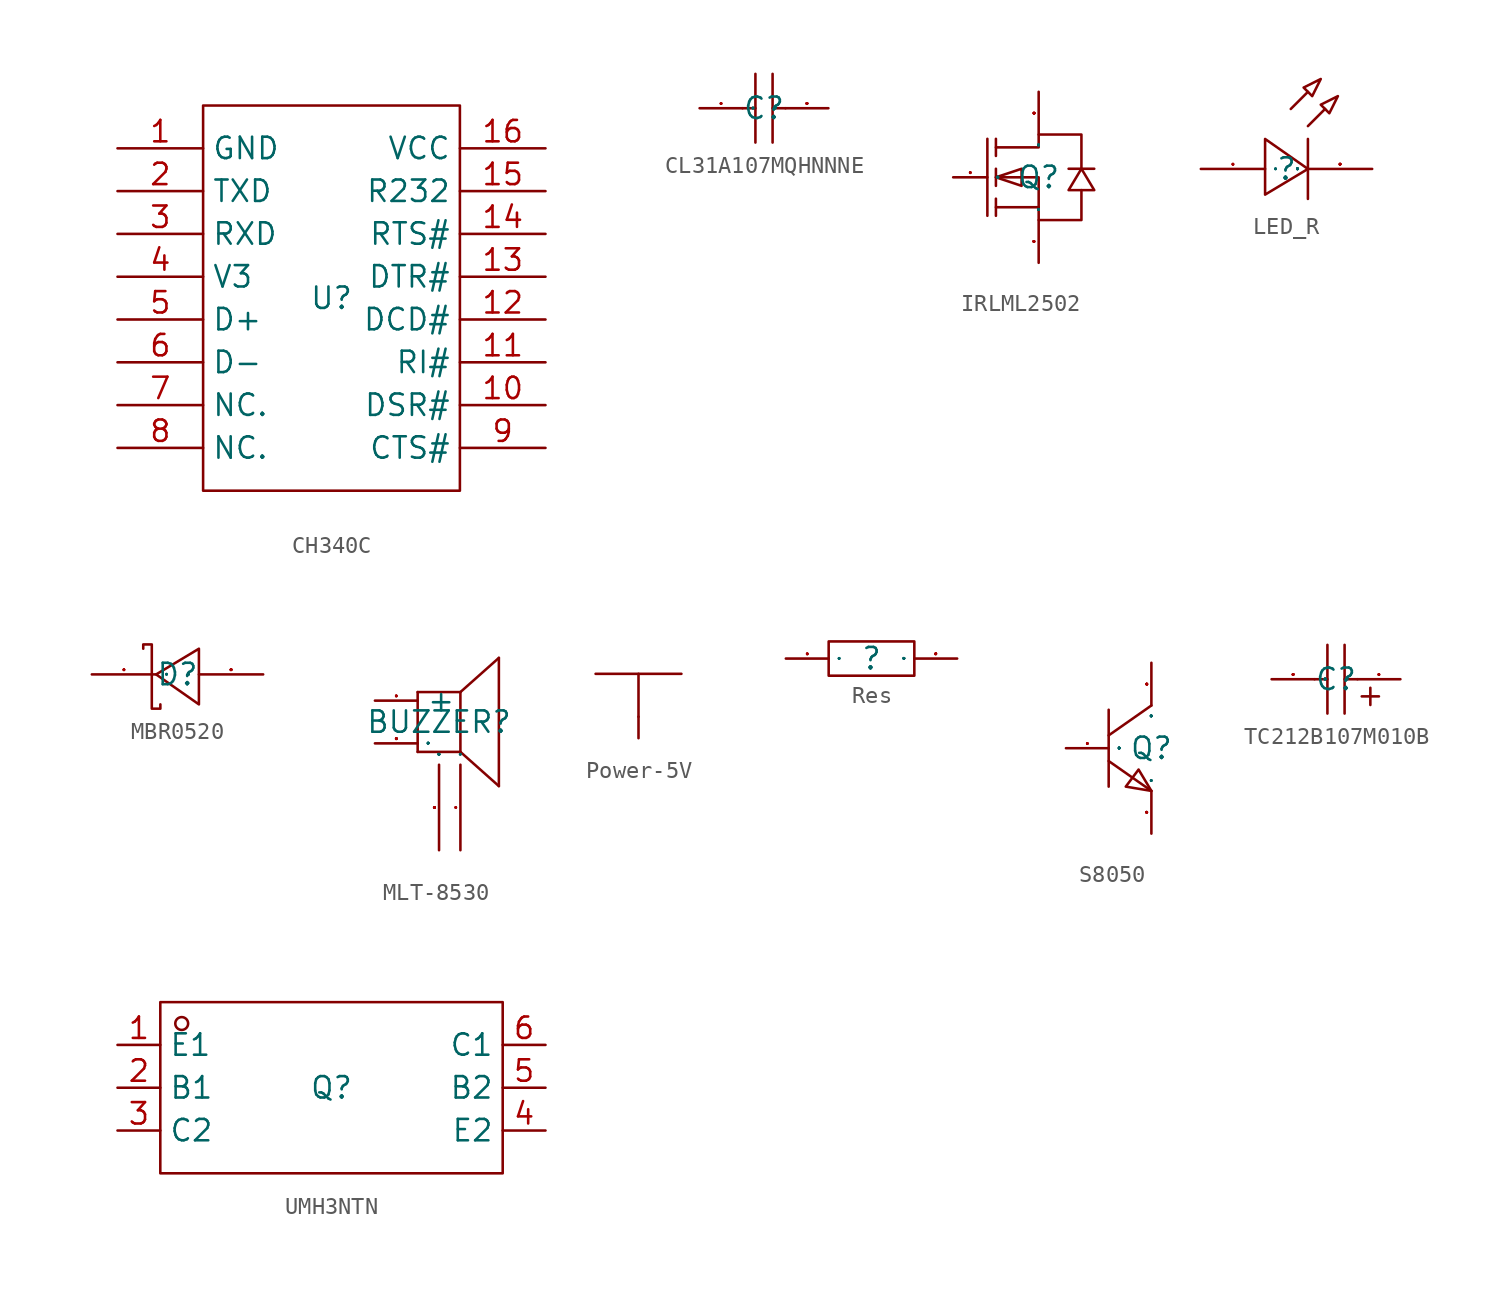
<source format=kicad_sym>
(kicad_symbol_lib
  (version 20241209)
  (generator "kicad_symbol_editor")
  (generator_version "9.0")
  (symbol "CH340C"
    (property "Reference" "U"
      (at 0 0 0)
      (effects (font (size 1.27 1.27))))
    (property "Value" ""
      (at 0 0 0)
      (effects (font (size 1.27 1.27))))
    (symbol "CH340C_1_0"
      (rectangle (start -7.62 -11.43) (end 7.62 11.43) (stroke (width 0) (type default)) (fill (type none)))
      (pin input line (at -12.7 8.89 0) (length 5.08) (name "GND" (effects (font (size 1.27 1.27)))) (number "1" (effects (font (size 1.27 1.27)))))
      (pin input line (at -12.7 6.35 0) (length 5.08) (name "TXD" (effects (font (size 1.27 1.27)))) (number "2" (effects (font (size 1.27 1.27)))))
      (pin input line (at -12.7 3.81 0) (length 5.08) (name "RXD" (effects (font (size 1.27 1.27)))) (number "3" (effects (font (size 1.27 1.27)))))
      (pin input line (at -12.7 1.27 0) (length 5.08) (name "V3" (effects (font (size 1.27 1.27)))) (number "4" (effects (font (size 1.27 1.27)))))
      (pin input line (at -12.7 -1.27 0) (length 5.08) (name "D+" (effects (font (size 1.27 1.27)))) (number "5" (effects (font (size 1.27 1.27)))))
      (pin input line (at -12.7 -3.81 0) (length 5.08) (name "D-" (effects (font (size 1.27 1.27)))) (number "6" (effects (font (size 1.27 1.27)))))
      (pin input line (at -12.7 -6.35 0) (length 5.08) (name "NC." (effects (font (size 1.27 1.27)))) (number "7" (effects (font (size 1.27 1.27)))))
      (pin input line (at -12.7 -8.89 0) (length 5.08) (name "NC." (effects (font (size 1.27 1.27)))) (number "8" (effects (font (size 1.27 1.27)))))
      (pin input line (at 12.7 8.89 180) (length 5.08) (name "VCC" (effects (font (size 1.27 1.27)))) (number "16" (effects (font (size 1.27 1.27)))))
      (pin input line (at 12.7 6.35 180) (length 5.08) (name "R232" (effects (font (size 1.27 1.27)))) (number "15" (effects (font (size 1.27 1.27)))))
      (pin input line (at 12.7 3.81 180) (length 5.08) (name "RTS#" (effects (font (size 1.27 1.27)))) (number "14" (effects (font (size 1.27 1.27)))))
      (pin input line (at 12.7 1.27 180) (length 5.08) (name "DTR#" (effects (font (size 1.27 1.27)))) (number "13" (effects (font (size 1.27 1.27)))))
      (pin input line (at 12.7 -1.27 180) (length 5.08) (name "DCD#" (effects (font (size 1.27 1.27)))) (number "12" (effects (font (size 1.27 1.27)))))
      (pin input line (at 12.7 -3.81 180) (length 5.08) (name "RI#" (effects (font (size 1.27 1.27)))) (number "11" (effects (font (size 1.27 1.27)))))
      (pin input line (at 12.7 -6.35 180) (length 5.08) (name "DSR#" (effects (font (size 1.27 1.27)))) (number "10" (effects (font (size 1.27 1.27)))))
      (pin input line (at 12.7 -8.89 180) (length 5.08) (name "CTS#" (effects (font (size 1.27 1.27)))) (number "9" (effects (font (size 1.27 1.27)))))))
  (symbol "CL31A107MQHNNNE"
    (property "Reference" "C"
      (at 0 0 0)
      (effects (font (size 1.27 1.27))))
    (symbol "CL31A107MQHNNNE_1_0"
      (polyline (pts (xy -1.27 0) (xy -0.508 0)) (stroke (width 0) (type default)) (fill (type none)))
      (polyline (pts (xy -0.508 2.032) (xy -0.508 -2.032)) (stroke (width 0) (type default)) (fill (type none)))
      (polyline (pts (xy 0.508 2.032) (xy 0.508 -2.032)) (stroke (width 0) (type default)) (fill (type none)))
      (polyline (pts (xy 0.508 0) (xy 1.27 0)) (stroke (width 0) (type default)) (fill (type none)))
      (pin input line (at -3.81 0 0) (length 2.54) (name "1" (effects (font (size 0.025 0.025)))) (number "1" (effects (font (size 0.025 0.025)))))
      (pin input line (at 3.81 0 180) (length 2.54) (name "2" (effects (font (size 0.025 0.025)))) (number "2" (effects (font (size 0.025 0.025)))))))
  (symbol "IRLML2502"
    (property "Reference" "Q"
      (at 0 0 0)
      (effects (font (size 1.27 1.27))))
    (property "Value" ""
      (at 0 0 0)
      (effects (font (size 1.27 1.27))))
    (symbol "IRLML2502_1_0"
      (polyline (pts (xy -3.048 2.286) (xy -3.048 -2.286)) (stroke (width 0) (type default)) (fill (type none)))
      (polyline (pts (xy -2.54 2.286) (xy -2.54 1.27)) (stroke (width 0) (type default)) (fill (type none)))
      (polyline (pts (xy -2.54 1.778) (xy 0 1.778) (xy 0 1.778) (xy 0 2.54) (xy 0 2.54) (xy 2.54 2.54) (xy 2.54 2.54) (xy 2.54 0.508)) (stroke (width 0) (type default)) (fill (type none)))
      (polyline (pts (xy -2.54 0) (xy -1.016 -0.508) (xy -1.016 -0.508) (xy -1.016 0.508) (xy -1.016 0.508) (xy -2.54 0)) (stroke (width 0) (type default)) (fill (type none)))
      (polyline (pts (xy -2.54 0) (xy 0 0) (xy 0 0) (xy 0 -2.54) (xy 0 -2.54) (xy 2.54 -2.54) (xy 2.54 -2.54) (xy 2.54 -0.762)) (stroke (width 0) (type default)) (fill (type none)))
      (polyline (pts (xy -2.54 -0.508) (xy -2.54 0.508)) (stroke (width 0) (type default)) (fill (type none)))
      (polyline (pts (xy -2.54 -2.286) (xy -2.54 -1.27)) (stroke (width 0) (type default)) (fill (type none)))
      (polyline (pts (xy 0 -1.778) (xy -2.54 -1.778)) (stroke (width 0) (type default)) (fill (type none)))
      (polyline (pts (xy 2.54 0.508) (xy 1.778 -0.762) (xy 1.778 -0.762) (xy 3.302 -0.762) (xy 3.302 -0.762) (xy 2.54 0.508)) (stroke (width 0) (type default)) (fill (type none)))
      (polyline (pts (xy 3.302 0.508) (xy 3.048 0.508) (xy 3.048 0.508) (xy 2.032 0.508) (xy 2.032 0.508) (xy 1.778 0.508)) (stroke (width 0) (type default)) (fill (type none)))
      (pin input line (at -5.08 0 0) (length 2.032) (name "G" (effects (font (size 0.025 0.025)))) (number "1" (effects (font (size 0.025 0.025)))))
      (pin input line (at 0 5.08 270) (length 2.54) (name "D" (effects (font (size 0.025 0.025)))) (number "3" (effects (font (size 0.025 0.025)))))
      (pin input line (at 0 -5.08 90) (length 2.54) (name "S" (effects (font (size 0.025 0.025)))) (number "2" (effects (font (size 0.025 0.025)))))))
  (symbol "LED_R"
    (property "Reference" ""
      (at 0 0 0)
      (effects (font (size 1.27 1.27))))
    (property "Value" ""
      (at 0 0 0)
      (effects (font (size 1.27 1.27))))
    (symbol "LED_R_1_0"
      (polyline (pts (xy -1.27 -1.524) (xy 1.27 0) (xy -1.27 1.778) (xy -1.27 -1.524)) (stroke (width 0) (type default)) (fill (type none)))
      (polyline (pts (xy 0.254 3.556) (xy 1.27 4.572)) (stroke (width 0) (type default)) (fill (type none)))
      (polyline (pts (xy 1.27 2.54) (xy 2.286 3.556)) (stroke (width 0) (type default)) (fill (type none)))
      (polyline (pts (xy 1.27 -1.778) (xy 1.27 1.778)) (stroke (width 0) (type default)) (fill (type none)))
      (polyline (pts (xy 2.032 5.334) (xy 1.016 4.826) (xy 1.524 4.318) (xy 2.032 5.334)) (stroke (width 0) (type default)) (fill (type none)))
      (polyline (pts (xy 3.048 4.318) (xy 2.032 3.81) (xy 2.54 3.302) (xy 3.048 4.318)) (stroke (width 0) (type default)) (fill (type none)))
      (pin input line (at -5.08 0 0) (length 3.81) (name "A" (effects (font (size 0.025 0.025)))) (number "1" (effects (font (size 0.025 0.025)))))
      (pin input line (at 5.08 0 180) (length 3.81) (name "C" (effects (font (size 0.025 0.025)))) (number "2" (effects (font (size 0.025 0.025)))))))
  (symbol "MBR0520"
    (property "Reference" "D"
      (at 0 0 0)
      (effects (font (size 1.27 1.27))))
    (property "Value" ""
      (at 0 0 0)
      (effects (font (size 1.27 1.27))))
    (symbol "MBR0520_1_0"
      (polyline (pts (xy -2.032 1.524) (xy -2.032 1.778) (xy -2.032 1.778) (xy -1.524 1.778) (xy -1.524 1.778) (xy -1.524 -2.032) (xy -1.524 -2.032) (xy -1.016 -2.032) (xy -1.016 -2.032) (xy -1.016 -1.778)) (stroke (width 0) (type default)) (fill (type none)))
      (polyline (pts (xy 1.27 1.524) (xy -1.27 0) (xy -1.27 0) (xy 1.27 -1.778) (xy 1.27 -1.778) (xy 1.27 1.524)) (stroke (width 0) (type default)) (fill (type none)))
      (pin input line (at -5.08 0 0) (length 3.81) (name "K" (effects (font (size 0.025 0.025)))) (number "1" (effects (font (size 0.025 0.025)))))
      (pin input line (at 5.08 0 180) (length 3.81) (name "A" (effects (font (size 0.025 0.025)))) (number "2" (effects (font (size 0.025 0.025)))))))
  (symbol "MLT-8530"
    (property "Reference" "BUZZER"
      (at 0 0 0)
      (effects (font (size 1.27 1.27))))
    (symbol "MLT-8530_1_0"
      (polyline (pts (xy -1.27 1.778) (xy -1.27 -1.778)) (stroke (width 0) (type default)) (fill (type none)))
      (polyline (pts (xy -1.27 1.778) (xy 1.27 1.778)) (stroke (width 0) (type default)) (fill (type none)))
      (polyline (pts (xy -1.27 -1.778) (xy 1.27 -1.778)) (stroke (width 0) (type default)) (fill (type none)))
      (polyline (pts (xy 1.27 1.778) (xy 1.27 -1.778)) (stroke (width 0) (type default)) (fill (type none)))
      (polyline (pts (xy 1.27 -1.778) (xy 3.556 -3.81)) (stroke (width 0) (type default)) (fill (type none)))
      (polyline (pts (xy 3.556 3.81) (xy 1.27 1.778)) (stroke (width 0) (type default)) (fill (type none)))
      (polyline (pts (xy 3.556 3.81) (xy 3.556 -3.81)) (stroke (width 0) (type default)) (fill (type none)))
      (pin input line (at -3.81 1.27 0) (length 2.54) (name "+" (effects (font (size 1.27 1.27)))) (number "1" (effects (font (size 0.025 0.025)))))
      (pin input line (at -3.81 -1.27 0) (length 2.54) (name "2" (effects (font (size 0.025 0.025)))) (number "2" (effects (font (size 0.025 0.025)))))
      (pin input line (at 0 -7.62 90) (length 5.08) (name "3" (effects (font (size 0.025 0.025)))) (number "3" (effects (font (size 0.025 0.025)))))
      (pin input line (at 1.27 -7.62 90) (length 5.08) (name "4" (effects (font (size 0.025 0.025)))) (number "4" (effects (font (size 0.025 0.025)))))))
  (symbol "Power-5V"
    (power)
    (pin_numbers
      (hide yes))
    (pin_names
      (hide yes))
    (property "Reference" "#PWR"
      (at 0 0 0)
      (effects (font (size 1.27 1.27)) (hide yes)))
    (property "Value" ""
      (at 0 5.08 0)
      (effects (font (size 1.27 1.27))))
    (symbol "Power-5V_1_0"
      (polyline (pts (xy -2.54 3.81) (xy 2.54 3.81)) (stroke (width 0) (type default)) (fill (type none)))
      (polyline (pts (xy 0 3.81) (xy 0 1.27)) (stroke (width 0) (type default)) (fill (type none)))
      (pin power_in line (at 0 0 90) (length 1.27) (name "" (effects (font (size 1.27 1.27)))) (number "1" (effects (font (size 0.025 0.025)))))))
  (symbol "Res"
    (property "Reference" ""
      (at 0 0 0)
      (effects (font (size 1.27 1.27))))
    (symbol "Res_1_0"
      (rectangle (start -2.54 1.016) (end 2.54 -1.016) (stroke (width 0) (type default)) (fill (type none)))
      (pin input line (at -5.08 0 0) (length 2.54) (name "1" (effects (font (size 0.025 0.025)))) (number "1" (effects (font (size 0.025 0.025)))))
      (pin input line (at 5.08 0 180) (length 2.54) (name "2" (effects (font (size 0.025 0.025)))) (number "2" (effects (font (size 0.025 0.025)))))))
  (symbol "S8050"
    (property "Reference" "Q"
      (at 0 0 0)
      (effects (font (size 1.27 1.27))))
    (property "Value" ""
      (at 0 0 0)
      (effects (font (size 1.27 1.27))))
    (symbol "S8050_1_0"
      (polyline (pts (xy -2.54 2.286) (xy -2.54 -2.286)) (stroke (width 0) (type default)) (fill (type none)))
      (polyline (pts (xy -2.54 -0.762) (xy 0 -2.54)) (stroke (width 0) (type default)) (fill (type none)))
      (polyline (pts (xy 0 2.54) (xy -2.54 0.762)) (stroke (width 0) (type default)) (fill (type none)))
      (polyline (pts (xy 0 -2.54) (xy -0.762 -1.27) (xy -0.762 -1.27) (xy -1.524 -2.286) (xy -1.524 -2.286) (xy 0 -2.54)) (stroke (width 0) (type default)) (fill (type none)))
      (pin input line (at -5.08 0 0) (length 2.54) (name "B" (effects (font (size 0.025 0.025)))) (number "1" (effects (font (size 0.025 0.025)))))
      (pin input line (at 0 5.08 270) (length 2.54) (name "C" (effects (font (size 0.025 0.025)))) (number "3" (effects (font (size 0.025 0.025)))))
      (pin input line (at 0 -5.08 90) (length 2.54) (name "E" (effects (font (size 0.025 0.025)))) (number "2" (effects (font (size 0.025 0.025)))))))
  (symbol "TC212B107M010B"
    (property "Reference" "C"
      (at 0 0 0)
      (effects (font (size 1.27 1.27))))
    (symbol "TC212B107M010B_1_0"
      (polyline (pts (xy -0.508 0) (xy -1.27 0)) (stroke (width 0) (type default)) (fill (type none)))
      (polyline (pts (xy -0.508 -2.032) (xy -0.508 2.032)) (stroke (width 0) (type default)) (fill (type none)))
      (polyline (pts (xy 0.508 -2.032) (xy 0.508 2.032)) (stroke (width 0) (type default)) (fill (type none)))
      (polyline (pts (xy 1.27 0) (xy 0.508 0)) (stroke (width 0) (type default)) (fill (type none)))
      (polyline (pts (xy 2.032 -1.524) (xy 2.032 -0.508)) (stroke (width 0) (type default)) (fill (type none)))
      (polyline (pts (xy 2.54 -1.016) (xy 1.524 -1.016)) (stroke (width 0) (type default)) (fill (type none)))
      (pin input line (at -3.81 0 0) (length 2.54) (name "2" (effects (font (size 0.025 0.025)))) (number "2" (effects (font (size 0.025 0.025)))))
      (pin input line (at 3.81 0 180) (length 2.54) (name "1" (effects (font (size 0.025 0.025)))) (number "1" (effects (font (size 0.025 0.025)))))))
  (symbol "UMH3NTN"
    (property "Reference" "Q"
      (at 0 0 0)
      (effects (font (size 1.27 1.27))))
    (property "Value" ""
      (at 0 0 0)
      (effects (font (size 1.27 1.27))))
    (symbol "UMH3NTN_1_0"
      (rectangle (start -10.16 -5.08) (end 10.16 5.08) (stroke (width 0) (type default)) (fill (type none)))
      (circle (center -8.89 3.81) (radius 0.381) (stroke (width 0) (type default)) (fill (type none)))
      (pin input line (at -12.7 2.54 0) (length 2.54) (name "E1" (effects (font (size 1.27 1.27)))) (number "1" (effects (font (size 1.27 1.27)))))
      (pin input line (at -12.7 0 0) (length 2.54) (name "B1" (effects (font (size 1.27 1.27)))) (number "2" (effects (font (size 1.27 1.27)))))
      (pin input line (at -12.7 -2.54 0) (length 2.54) (name "C2" (effects (font (size 1.27 1.27)))) (number "3" (effects (font (size 1.27 1.27)))))
      (pin input line (at 12.7 2.54 180) (length 2.54) (name "C1" (effects (font (size 1.27 1.27)))) (number "6" (effects (font (size 1.27 1.27)))))
      (pin input line (at 12.7 0 180) (length 2.54) (name "B2" (effects (font (size 1.27 1.27)))) (number "5" (effects (font (size 1.27 1.27)))))
      (pin input line (at 12.7 -2.54 180) (length 2.54) (name "E2" (effects (font (size 1.27 1.27)))) (number "4" (effects (font (size 1.27 1.27))))))))
</source>
